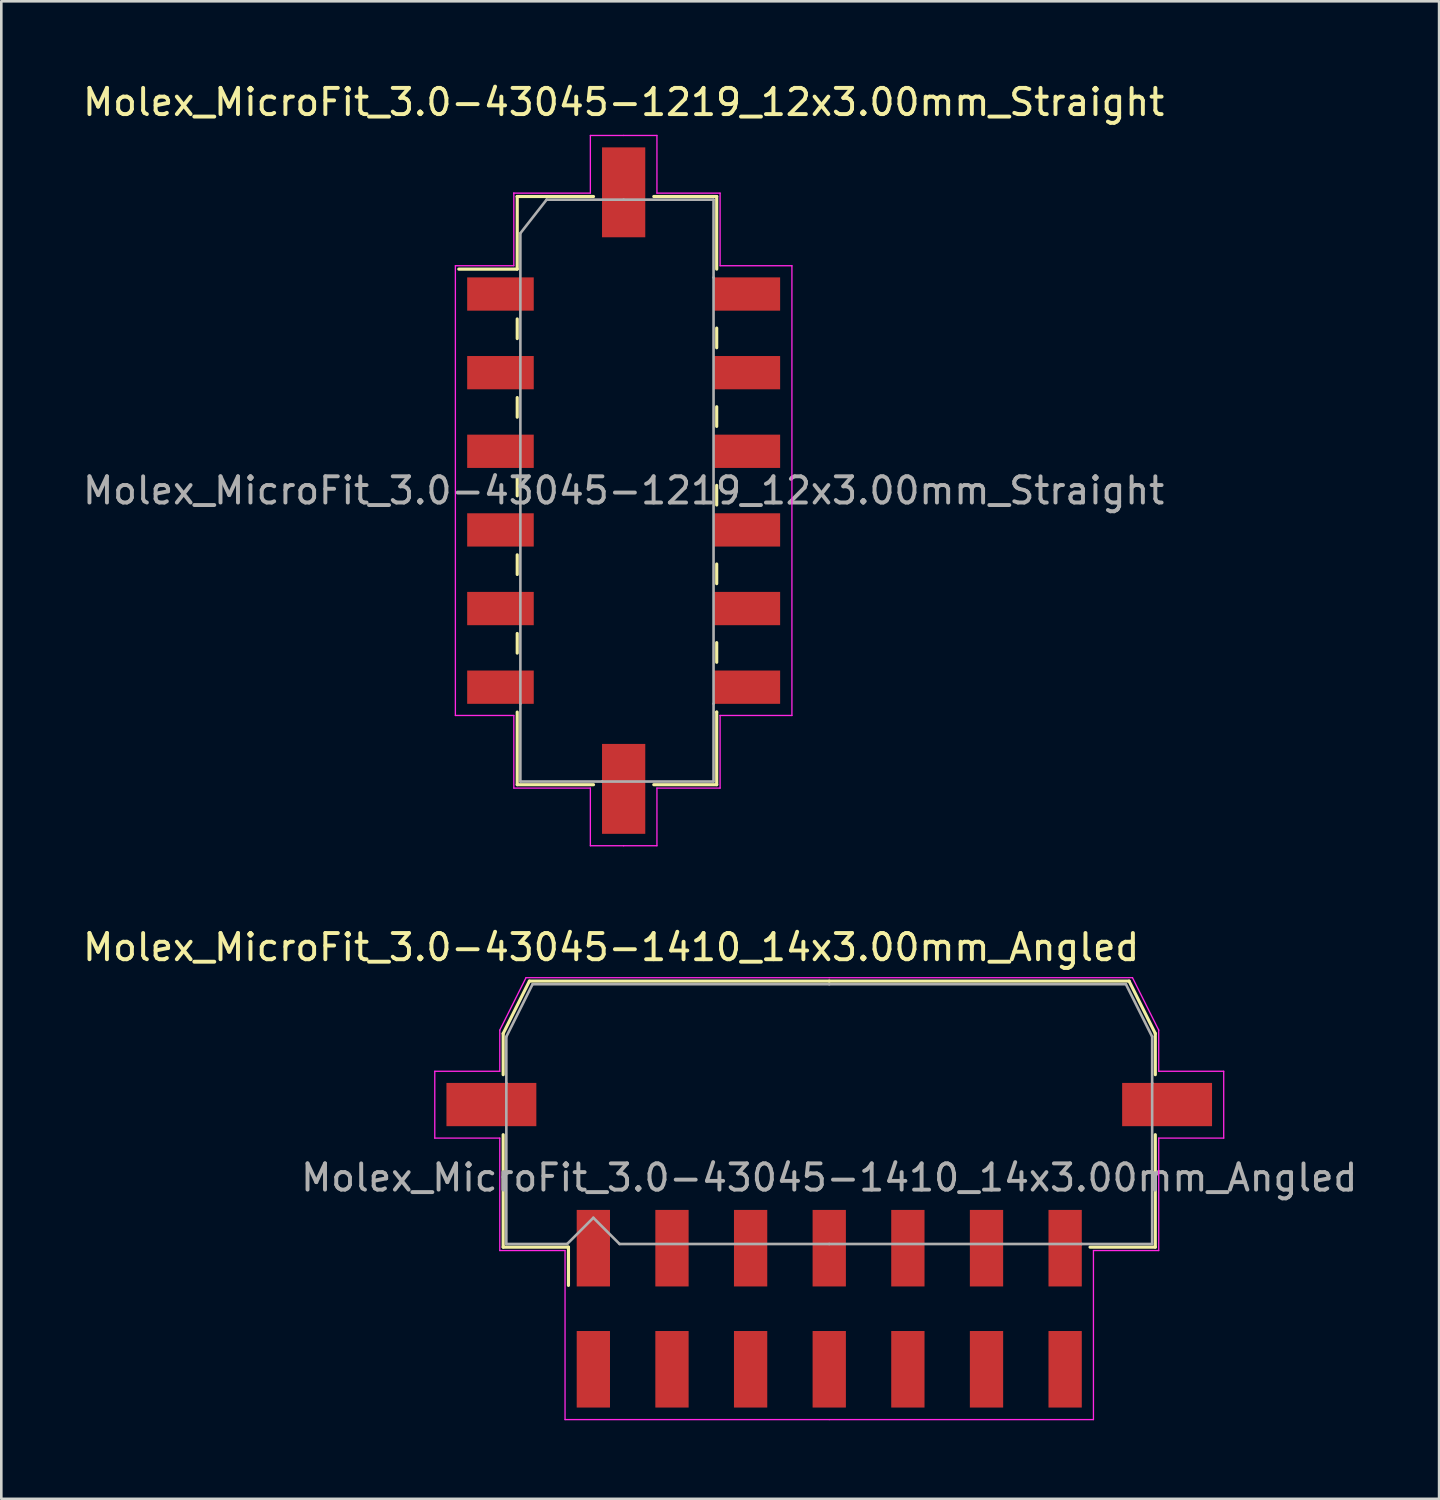
<source format=kicad_pcb>
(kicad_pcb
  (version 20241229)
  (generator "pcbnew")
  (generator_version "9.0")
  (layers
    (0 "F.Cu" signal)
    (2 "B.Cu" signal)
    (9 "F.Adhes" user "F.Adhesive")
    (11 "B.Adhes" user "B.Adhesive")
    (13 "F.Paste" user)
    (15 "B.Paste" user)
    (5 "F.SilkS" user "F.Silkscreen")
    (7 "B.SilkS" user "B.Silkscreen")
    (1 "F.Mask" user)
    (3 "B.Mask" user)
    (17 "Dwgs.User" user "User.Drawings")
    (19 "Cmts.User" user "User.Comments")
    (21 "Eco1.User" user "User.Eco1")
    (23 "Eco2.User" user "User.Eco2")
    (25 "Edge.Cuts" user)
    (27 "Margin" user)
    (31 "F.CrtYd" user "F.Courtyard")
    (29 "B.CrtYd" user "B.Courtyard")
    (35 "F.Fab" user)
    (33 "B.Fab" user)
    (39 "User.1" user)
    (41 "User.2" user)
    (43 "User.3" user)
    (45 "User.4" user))
  (footprint "Molex_MicroFit_3.0-43045-1219_12x3.00mm_Straight"
    (layer "F.Cu")
    (at 20.744 15.668)
    (property "Reference" "Molex_MicroFit_3.0-43045-1219_12x3.00mm_Straight" (at 0 -14.82 0) (layer "F.SilkS") (effects (font (size 1 1) (thickness 0.15))))
    (attr smd)
    (fp_line (start -6.29 -8.45) (end -4.06 -8.45) (stroke (width 0.12) (type solid)) (layer "F.SilkS"))
    (fp_line (start -4.06 -11.22) (end -4.06 -11.22) (stroke (width 0.12) (type solid)) (layer "F.SilkS"))
    (fp_line (start -4.06 -11.22) (end -1.15 -11.22) (stroke (width 0.12) (type solid)) (layer "F.SilkS"))
    (fp_line (start -4.06 -8.45) (end -4.06 -11.22) (stroke (width 0.12) (type solid)) (layer "F.SilkS"))
    (fp_line (start -4.06 -6.55) (end -4.06 -5.8) (stroke (width 0.12) (type solid)) (layer "F.SilkS"))
    (fp_line (start -4.06 -3.55) (end -4.06 -2.8) (stroke (width 0.12) (type solid)) (layer "F.SilkS"))
    (fp_line (start -4.06 -0.55) (end -4.06 0.2) (stroke (width 0.12) (type solid)) (layer "F.SilkS"))
    (fp_line (start -4.06 2.45) (end -4.06 3.2) (stroke (width 0.12) (type solid)) (layer "F.SilkS"))
    (fp_line (start -4.06 5.45) (end -4.06 6.2) (stroke (width 0.12) (type solid)) (layer "F.SilkS"))
    (fp_line (start -4.06 11.22) (end -4.06 8.45) (stroke (width 0.12) (type solid)) (layer "F.SilkS"))
    (fp_line (start -1.15 11.22) (end -4.06 11.22) (stroke (width 0.12) (type solid)) (layer "F.SilkS"))
    (fp_line (start 1.15 -11.22) (end 3.55 -11.22) (stroke (width 0.12) (type solid)) (layer "F.SilkS"))
    (fp_line (start 3.55 -11.22) (end 3.55 -8.45) (stroke (width 0.12) (type solid)) (layer "F.SilkS"))
    (fp_line (start 3.55 -5.45) (end 3.55 -6.2) (stroke (width 0.12) (type solid)) (layer "F.SilkS"))
    (fp_line (start 3.55 -2.45) (end 3.55 -3.2) (stroke (width 0.12) (type solid)) (layer "F.SilkS"))
    (fp_line (start 3.55 0.55) (end 3.55 -0.2) (stroke (width 0.12) (type solid)) (layer "F.SilkS"))
    (fp_line (start 3.55 3.55) (end 3.55 2.8) (stroke (width 0.12) (type solid)) (layer "F.SilkS"))
    (fp_line (start 3.55 6.55) (end 3.55 5.8) (stroke (width 0.12) (type solid)) (layer "F.SilkS"))
    (fp_line (start 3.55 8.45) (end 3.55 8.45) (stroke (width 0.12) (type solid)) (layer "F.SilkS"))
    (fp_line (start 3.55 8.45) (end 3.55 11.22) (stroke (width 0.12) (type solid)) (layer "F.SilkS"))
    (fp_line (start 3.55 11.22) (end 1.15 11.22) (stroke (width 0.12) (type solid)) (layer "F.SilkS"))
    (fp_line (start -6.42 -8.58) (end -4.19 -8.58) (stroke (width 0.05) (type solid)) (layer "F.CrtYd"))
    (fp_line (start -6.42 8.58) (end -6.42 -8.58) (stroke (width 0.05) (type solid)) (layer "F.CrtYd"))
    (fp_line (start -4.19 -11.35) (end -4.19 -11.35) (stroke (width 0.05) (type solid)) (layer "F.CrtYd"))
    (fp_line (start -4.19 -11.35) (end -1.27 -11.35) (stroke (width 0.05) (type solid)) (layer "F.CrtYd"))
    (fp_line (start -4.19 -8.58) (end -4.19 -11.35) (stroke (width 0.05) (type solid)) (layer "F.CrtYd"))
    (fp_line (start -4.19 8.58) (end -6.42 8.58) (stroke (width 0.05) (type solid)) (layer "F.CrtYd"))
    (fp_line (start -4.19 11.35) (end -4.19 8.58) (stroke (width 0.05) (type solid)) (layer "F.CrtYd"))
    (fp_line (start -1.27 -13.55) (end 0 -13.55) (stroke (width 0.05) (type solid)) (layer "F.CrtYd"))
    (fp_line (start -1.27 -11.35) (end -1.27 -13.55) (stroke (width 0.05) (type solid)) (layer "F.CrtYd"))
    (fp_line (start -1.27 11.35) (end -4.19 11.35) (stroke (width 0.05) (type solid)) (layer "F.CrtYd"))
    (fp_line (start -1.27 13.55) (end -1.27 11.35) (stroke (width 0.05) (type solid)) (layer "F.CrtYd"))
    (fp_line (start 0 -13.55) (end 1.27 -13.55) (stroke (width 0.05) (type solid)) (layer "F.CrtYd"))
    (fp_line (start 0 13.55) (end -1.27 13.55) (stroke (width 0.05) (type solid)) (layer "F.CrtYd"))
    (fp_line (start 1.27 -13.55) (end 1.27 -11.35) (stroke (width 0.05) (type solid)) (layer "F.CrtYd"))
    (fp_line (start 1.27 -11.35) (end 3.68 -11.35) (stroke (width 0.05) (type solid)) (layer "F.CrtYd"))
    (fp_line (start 1.27 11.35) (end 1.27 13.55) (stroke (width 0.05) (type solid)) (layer "F.CrtYd"))
    (fp_line (start 1.27 13.55) (end 0 13.55) (stroke (width 0.05) (type solid)) (layer "F.CrtYd"))
    (fp_line (start 3.68 -11.35) (end 3.68 -8.58) (stroke (width 0.05) (type solid)) (layer "F.CrtYd"))
    (fp_line (start 3.68 -8.58) (end 6.42 -8.58) (stroke (width 0.05) (type solid)) (layer "F.CrtYd"))
    (fp_line (start 3.68 8.58) (end 3.68 8.58) (stroke (width 0.05) (type solid)) (layer "F.CrtYd"))
    (fp_line (start 3.68 8.58) (end 3.68 11.35) (stroke (width 0.05) (type solid)) (layer "F.CrtYd"))
    (fp_line (start 3.68 11.35) (end 1.27 11.35) (stroke (width 0.05) (type solid)) (layer "F.CrtYd"))
    (fp_line (start 6.42 -8.58) (end 6.42 8.58) (stroke (width 0.05) (type solid)) (layer "F.CrtYd"))
    (fp_line (start 6.42 8.58) (end 3.68 8.58) (stroke (width 0.05) (type solid)) (layer "F.CrtYd"))
    (fp_line (start -3.94 -9.82) (end -2.94 -11.1) (stroke (width 0.1) (type solid)) (layer "F.Fab"))
    (fp_line (start -3.94 8.13) (end -3.94 -9.82) (stroke (width 0.1) (type solid)) (layer "F.Fab"))
    (fp_line (start -3.94 11.1) (end -3.94 8.13) (stroke (width 0.1) (type solid)) (layer "F.Fab"))
    (fp_line (start -2.94 -11.1) (end 0 -11.1) (stroke (width 0.1) (type solid)) (layer "F.Fab"))
    (fp_line (start -0.82 11.1) (end -3.94 11.1) (stroke (width 0.1) (type solid)) (layer "F.Fab"))
    (fp_line (start 0 -11.1) (end 3.43 -11.1) (stroke (width 0.1) (type solid)) (layer "F.Fab"))
    (fp_line (start 3.43 -11.1) (end 3.43 -8.13) (stroke (width 0.1) (type solid)) (layer "F.Fab"))
    (fp_line (start 3.43 -8.13) (end 3.43 8.13) (stroke (width 0.1) (type solid)) (layer "F.Fab"))
    (fp_line (start 3.43 8.13) (end 3.43 11.1) (stroke (width 0.1) (type solid)) (layer "F.Fab"))
    (fp_line (start 3.43 11.1) (end -0.82 11.1) (stroke (width 0.1) (type solid)) (layer "F.Fab"))
    (fp_text user "${REFERENCE}" (at 0 0 0) (layer "F.Fab") (effects (font (size 1 1) (thickness 0.15))))
    (pad "" smd rect (at 0 -11.38) (size 1.65 3.43) (layers "F.Cu" "F.Mask" "F.Paste"))
    (pad "" smd rect (at 0 11.38) (size 1.65 3.43) (layers "F.Cu" "F.Mask" "F.Paste"))
    (pad "1" smd rect (at -4.7 -7.5) (size 2.54 1.27) (layers "F.Cu" "F.Mask" "F.Paste"))
    (pad "2" smd rect (at -4.7 -4.5) (size 2.54 1.27) (layers "F.Cu" "F.Mask" "F.Paste"))
    (pad "3" smd rect (at -4.7 -1.5) (size 2.54 1.27) (layers "F.Cu" "F.Mask" "F.Paste"))
    (pad "4" smd rect (at -4.7 1.5) (size 2.54 1.27) (layers "F.Cu" "F.Mask" "F.Paste"))
    (pad "5" smd rect (at -4.7 4.5) (size 2.54 1.27) (layers "F.Cu" "F.Mask" "F.Paste"))
    (pad "6" smd rect (at -4.7 7.5) (size 2.54 1.27) (layers "F.Cu" "F.Mask" "F.Paste"))
    (pad "7" smd rect (at 4.7 7.5) (size 2.54 1.27) (layers "F.Cu" "F.Mask" "F.Paste"))
    (pad "8" smd rect (at 4.7 4.5) (size 2.54 1.27) (layers "F.Cu" "F.Mask" "F.Paste"))
    (pad "9" smd rect (at 4.7 1.5) (size 2.54 1.27) (layers "F.Cu" "F.Mask" "F.Paste"))
    (pad "10" smd rect (at 4.7 -1.5) (size 2.54 1.27) (layers "F.Cu" "F.Mask" "F.Paste"))
    (pad "11" smd rect (at 4.7 -4.5) (size 2.54 1.27) (layers "F.Cu" "F.Mask" "F.Paste"))
    (pad "12" smd rect (at 4.7 -7.5) (size 2.54 1.27) (layers "F.Cu" "F.Mask" "F.Paste")))
  (footprint "Molex_MicroFit_3.0-43045-1410_14x3.00mm_Angled"
    (layer "F.Cu")
    (at 28.588 46.882)
    (property "Reference" "Molex_MicroFit_3.0-43045-1410_14x3.00mm_Angled" (at -8.32 -13.79 0) (layer "F.SilkS") (effects (font (size 1 1) (thickness 0.15))))
    (attr smd)
    (fp_line (start -12.44 -10.5) (end -12.44 -8.93) (stroke (width 0.12) (type solid)) (layer "F.SilkS"))
    (fp_line (start -12.44 -6.64) (end -12.44 -2.35) (stroke (width 0.12) (type solid)) (layer "F.SilkS"))
    (fp_line (start -12.44 -2.35) (end -9.95 -2.35) (stroke (width 0.12) (type solid)) (layer "F.SilkS"))
    (fp_line (start -11.44 -12.5) (end -12.44 -10.5) (stroke (width 0.12) (type solid)) (layer "F.SilkS"))
    (fp_line (start -9.95 -2.35) (end -9.95 -0.89) (stroke (width 0.12) (type solid)) (layer "F.SilkS"))
    (fp_line (start 0 -12.5) (end -11.44 -12.5) (stroke (width 0.12) (type solid)) (layer "F.SilkS"))
    (fp_line (start 0 -12.5) (end 11.44 -12.5) (stroke (width 0.12) (type solid)) (layer "F.SilkS"))
    (fp_line (start 11.44 -12.5) (end 12.44 -10.5) (stroke (width 0.12) (type solid)) (layer "F.SilkS"))
    (fp_line (start 12.44 -10.5) (end 12.44 -8.93) (stroke (width 0.12) (type solid)) (layer "F.SilkS"))
    (fp_line (start 12.44 -6.64) (end 12.44 -2.35) (stroke (width 0.12) (type solid)) (layer "F.SilkS"))
    (fp_line (start 12.44 -2.35) (end 9.95 -2.35) (stroke (width 0.12) (type solid)) (layer "F.SilkS"))
    (fp_line (start -15.05 -9.06) (end -15.05 -6.51) (stroke (width 0.05) (type solid)) (layer "F.CrtYd"))
    (fp_line (start -15.05 -6.51) (end -12.57 -6.51) (stroke (width 0.05) (type solid)) (layer "F.CrtYd"))
    (fp_line (start -12.57 -10.63) (end -12.57 -9.06) (stroke (width 0.05) (type solid)) (layer "F.CrtYd"))
    (fp_line (start -12.57 -9.06) (end -15.05 -9.06) (stroke (width 0.05) (type solid)) (layer "F.CrtYd"))
    (fp_line (start -12.57 -6.51) (end -12.57 -2.22) (stroke (width 0.05) (type solid)) (layer "F.CrtYd"))
    (fp_line (start -12.57 -2.22) (end -10.08 -2.22) (stroke (width 0.05) (type solid)) (layer "F.CrtYd"))
    (fp_line (start -11.57 -12.63) (end -12.57 -10.63) (stroke (width 0.05) (type solid)) (layer "F.CrtYd"))
    (fp_line (start -10.08 -2.22) (end -10.08 4.23) (stroke (width 0.05) (type solid)) (layer "F.CrtYd"))
    (fp_line (start -10.08 4.23) (end 0 4.23) (stroke (width 0.05) (type solid)) (layer "F.CrtYd"))
    (fp_line (start 0 -12.63) (end -11.57 -12.63) (stroke (width 0.05) (type solid)) (layer "F.CrtYd"))
    (fp_line (start 0 -12.63) (end 11.57 -12.63) (stroke (width 0.05) (type solid)) (layer "F.CrtYd"))
    (fp_line (start 10.08 -2.22) (end 10.08 4.23) (stroke (width 0.05) (type solid)) (layer "F.CrtYd"))
    (fp_line (start 10.08 4.23) (end 0 4.23) (stroke (width 0.05) (type solid)) (layer "F.CrtYd"))
    (fp_line (start 11.57 -12.63) (end 12.57 -10.63) (stroke (width 0.05) (type solid)) (layer "F.CrtYd"))
    (fp_line (start 12.57 -10.63) (end 12.57 -9.06) (stroke (width 0.05) (type solid)) (layer "F.CrtYd"))
    (fp_line (start 12.57 -9.06) (end 15.05 -9.06) (stroke (width 0.05) (type solid)) (layer "F.CrtYd"))
    (fp_line (start 12.57 -6.51) (end 12.57 -2.22) (stroke (width 0.05) (type solid)) (layer "F.CrtYd"))
    (fp_line (start 12.57 -2.22) (end 10.08 -2.22) (stroke (width 0.05) (type solid)) (layer "F.CrtYd"))
    (fp_line (start 15.05 -9.06) (end 15.05 -6.51) (stroke (width 0.05) (type solid)) (layer "F.CrtYd"))
    (fp_line (start 15.05 -6.51) (end 12.57 -6.51) (stroke (width 0.05) (type solid)) (layer "F.CrtYd"))
    (fp_line (start -12.32 -10.38) (end -12.32 -8.61) (stroke (width 0.1) (type solid)) (layer "F.Fab"))
    (fp_line (start -12.32 -8.61) (end -12.32 -2.47) (stroke (width 0.1) (type solid)) (layer "F.Fab"))
    (fp_line (start -12.32 -2.47) (end -10 -2.47) (stroke (width 0.1) (type solid)) (layer "F.Fab"))
    (fp_line (start -11.32 -12.38) (end -12.32 -10.38) (stroke (width 0.1) (type solid)) (layer "F.Fab"))
    (fp_line (start -10 -2.47) (end -9 -3.47) (stroke (width 0.1) (type solid)) (layer "F.Fab"))
    (fp_line (start -9 -3.47) (end -8 -2.47) (stroke (width 0.1) (type solid)) (layer "F.Fab"))
    (fp_line (start -8 -2.47) (end 0 -2.47) (stroke (width 0.1) (type solid)) (layer "F.Fab"))
    (fp_line (start 0 -12.38) (end -11.32 -12.38) (stroke (width 0.1) (type solid)) (layer "F.Fab"))
    (fp_line (start 0 -12.38) (end 11.32 -12.38) (stroke (width 0.1) (type solid)) (layer "F.Fab"))
    (fp_line (start 9.63 -2.47) (end 0 -2.47) (stroke (width 0.1) (type solid)) (layer "F.Fab"))
    (fp_line (start 11.32 -12.38) (end 12.32 -10.38) (stroke (width 0.1) (type solid)) (layer "F.Fab"))
    (fp_line (start 12.32 -10.38) (end 12.32 -8.61) (stroke (width 0.1) (type solid)) (layer "F.Fab"))
    (fp_line (start 12.32 -8.61) (end 12.32 -2.47) (stroke (width 0.1) (type solid)) (layer "F.Fab"))
    (fp_line (start 12.32 -2.47) (end 9.63 -2.47) (stroke (width 0.1) (type solid)) (layer "F.Fab"))
    (fp_text user "${REFERENCE}" (at 0 -5 0) (layer "F.Fab") (effects (font (size 1 1) (thickness 0.15))))
    (pad "" smd rect (at -12.89 -7.79) (size 3.43 1.65) (layers "F.Cu" "F.Mask" "F.Paste"))
    (pad "" smd rect (at 12.89 -7.79) (size 3.43 1.65) (layers "F.Cu" "F.Mask" "F.Paste"))
    (pad "1" smd rect (at -9 -2.31) (size 1.27 2.92) (layers "F.Cu" "F.Mask" "F.Paste"))
    (pad "2" smd rect (at -6 -2.31) (size 1.27 2.92) (layers "F.Cu" "F.Mask" "F.Paste"))
    (pad "3" smd rect (at -3 -2.31) (size 1.27 2.92) (layers "F.Cu" "F.Mask" "F.Paste"))
    (pad "4" smd rect (at 0 -2.31) (size 1.27 2.92) (layers "F.Cu" "F.Mask" "F.Paste"))
    (pad "5" smd rect (at 3 -2.31) (size 1.27 2.92) (layers "F.Cu" "F.Mask" "F.Paste"))
    (pad "6" smd rect (at 6 -2.31) (size 1.27 2.92) (layers "F.Cu" "F.Mask" "F.Paste"))
    (pad "7" smd rect (at 9 -2.31) (size 1.27 2.92) (layers "F.Cu" "F.Mask" "F.Paste"))
    (pad "8" smd rect (at 9 2.31) (size 1.27 2.92) (layers "F.Cu" "F.Mask" "F.Paste"))
    (pad "9" smd rect (at 6 2.31) (size 1.27 2.92) (layers "F.Cu" "F.Mask" "F.Paste"))
    (pad "10" smd rect (at 3 2.31) (size 1.27 2.92) (layers "F.Cu" "F.Mask" "F.Paste"))
    (pad "11" smd rect (at 0 2.31) (size 1.27 2.92) (layers "F.Cu" "F.Mask" "F.Paste"))
    (pad "12" smd rect (at -3 2.31) (size 1.27 2.92) (layers "F.Cu" "F.Mask" "F.Paste"))
    (pad "13" smd rect (at -6 2.31) (size 1.27 2.92) (layers "F.Cu" "F.Mask" "F.Paste"))
    (pad "14" smd rect (at -9 2.31) (size 1.27 2.92) (layers "F.Cu" "F.Mask" "F.Paste")))
  (gr_rect
    (start -3 -3)
    (end 51.856 54.136)
    (stroke (width 0.1) (type default))
    (fill no)
    (layer "Edge.Cuts")))
</source>
